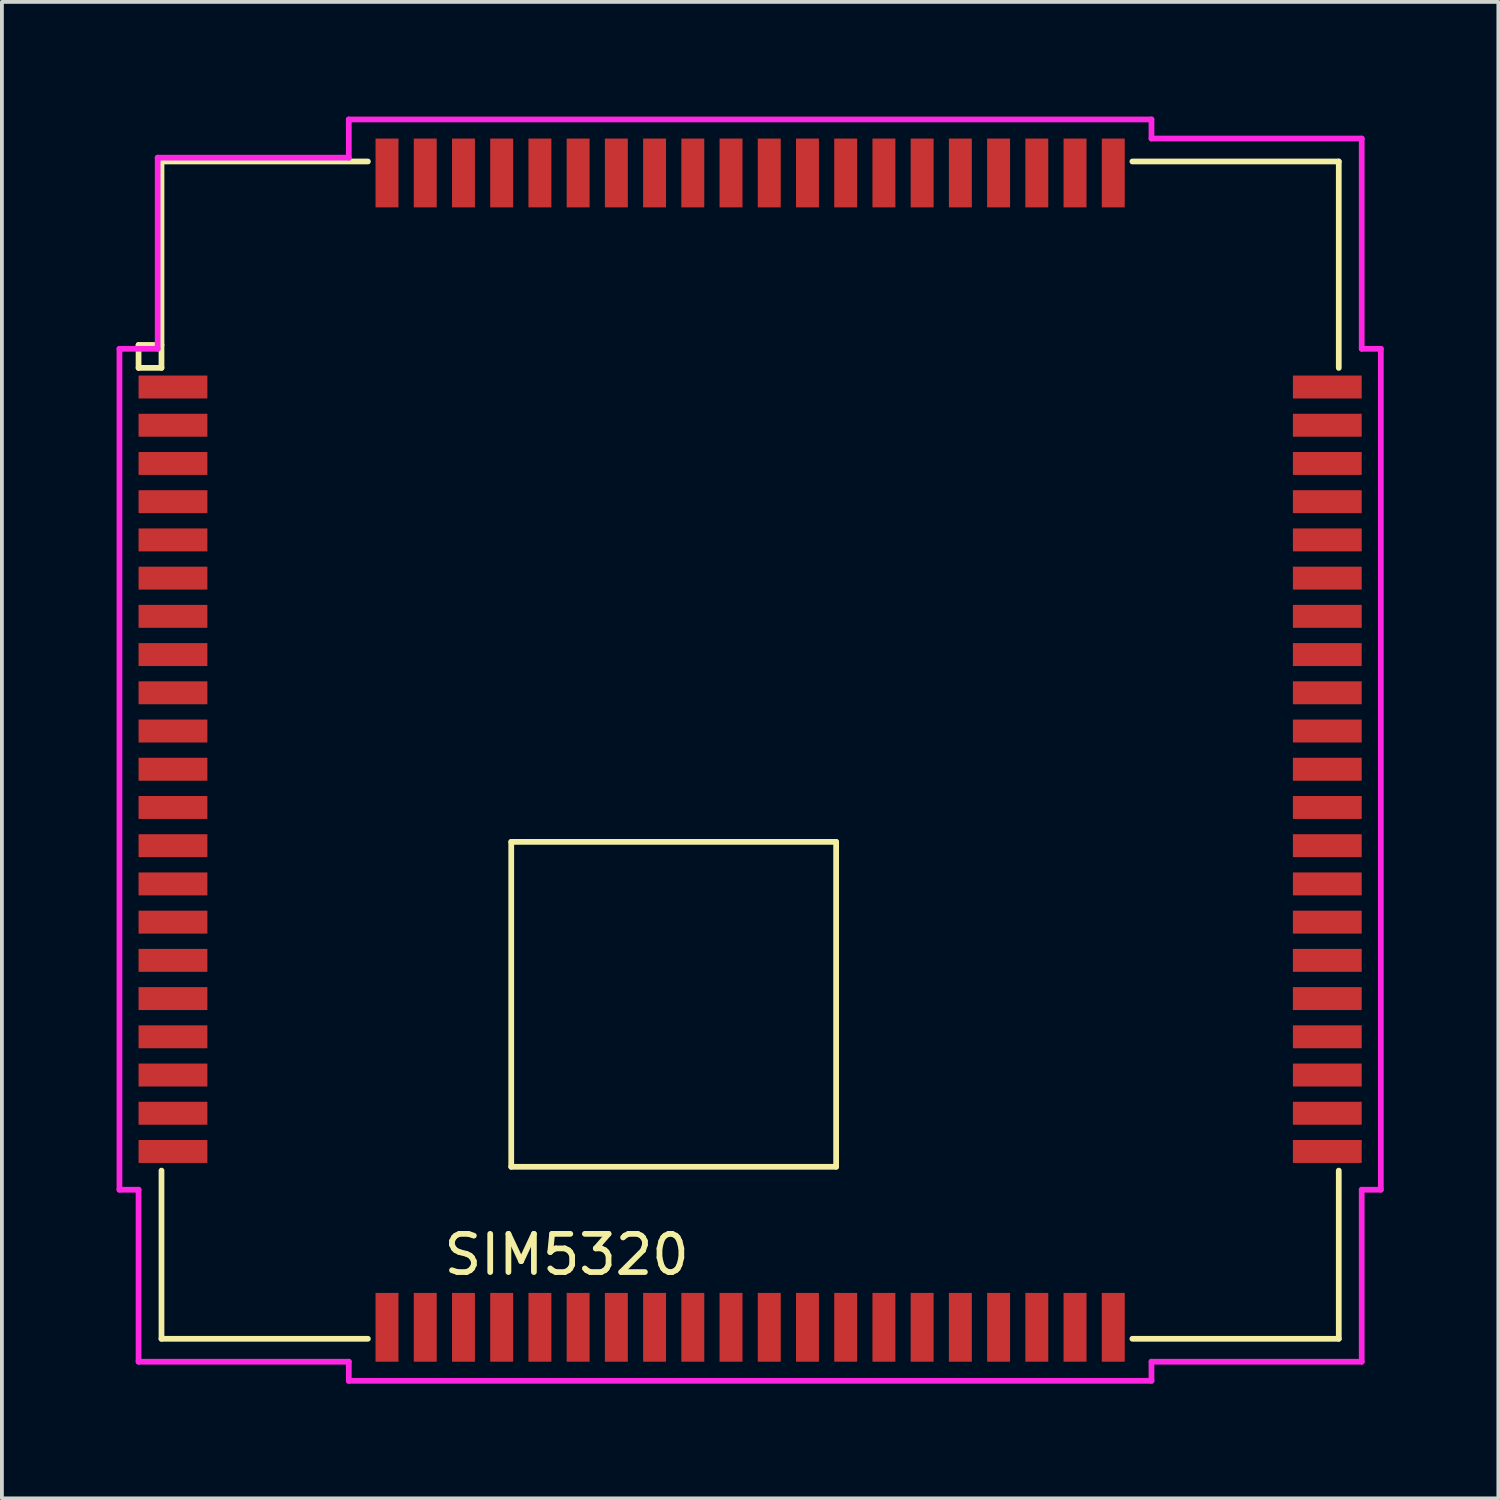
<source format=kicad_pcb>
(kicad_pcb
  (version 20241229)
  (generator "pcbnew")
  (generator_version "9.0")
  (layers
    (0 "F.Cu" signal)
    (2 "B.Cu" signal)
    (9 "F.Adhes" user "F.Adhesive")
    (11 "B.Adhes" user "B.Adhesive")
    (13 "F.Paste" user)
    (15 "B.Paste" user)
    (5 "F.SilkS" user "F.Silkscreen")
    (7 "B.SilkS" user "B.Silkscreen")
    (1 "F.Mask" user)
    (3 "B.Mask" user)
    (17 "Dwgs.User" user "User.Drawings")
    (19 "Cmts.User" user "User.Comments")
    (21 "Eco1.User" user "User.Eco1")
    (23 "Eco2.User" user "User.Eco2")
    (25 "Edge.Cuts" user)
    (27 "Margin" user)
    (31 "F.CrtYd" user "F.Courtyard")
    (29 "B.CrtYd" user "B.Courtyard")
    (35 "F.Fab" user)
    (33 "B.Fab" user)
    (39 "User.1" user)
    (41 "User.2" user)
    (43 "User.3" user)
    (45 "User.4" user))
  (footprint "SIM5320"
    (layer "F.Cu")
    (at 16.575 16.575)
    (property "Reference" "SIM5320" (at -4.8 13.2 0) (layer "F.SilkS") (effects (font (size 1 1) (thickness 0.15))))
    (attr through_hole)
    (fp_line (start -16 -10.6) (end -15.4 -10.6) (stroke (width 0.15) (type solid)) (layer "F.SilkS"))
    (fp_line (start -16 -10) (end -16 -10.6) (stroke (width 0.15) (type solid)) (layer "F.SilkS"))
    (fp_line (start -15.4 -15.4) (end -15.4 -10) (stroke (width 0.15) (type solid)) (layer "F.SilkS"))
    (fp_line (start -15.4 -15.4) (end -10 -15.4) (stroke (width 0.15) (type solid)) (layer "F.SilkS"))
    (fp_line (start -15.4 -10) (end -16 -10) (stroke (width 0.15) (type solid)) (layer "F.SilkS"))
    (fp_line (start -15.4 11) (end -15.4 15.4) (stroke (width 0.15) (type solid)) (layer "F.SilkS"))
    (fp_line (start -15.4 15.4) (end -10 15.4) (stroke (width 0.15) (type solid)) (layer "F.SilkS"))
    (fp_line (start -6.25 2.4) (end -6.25 10.9) (stroke (width 0.15) (type solid)) (layer "F.SilkS"))
    (fp_line (start -6.25 10.9) (end 2.25 10.9) (stroke (width 0.15) (type solid)) (layer "F.SilkS"))
    (fp_line (start 2.25 2.4) (end -6.25 2.4) (stroke (width 0.15) (type solid)) (layer "F.SilkS"))
    (fp_line (start 2.25 10.9) (end 2.25 2.4) (stroke (width 0.15) (type solid)) (layer "F.SilkS"))
    (fp_line (start 10 -15.4) (end 15.4 -15.4) (stroke (width 0.15) (type solid)) (layer "F.SilkS"))
    (fp_line (start 10 15.4) (end 15.4 15.4) (stroke (width 0.15) (type solid)) (layer "F.SilkS"))
    (fp_line (start 15.4 -15.4) (end 15.4 -10) (stroke (width 0.15) (type solid)) (layer "F.SilkS"))
    (fp_line (start 15.4 15.4) (end 15.4 11) (stroke (width 0.15) (type solid)) (layer "F.SilkS"))
    (fp_line (start -16.5 -10.5) (end -16.5 11.5) (stroke (width 0.15) (type solid)) (layer "F.CrtYd"))
    (fp_line (start -16.5 11.5) (end -16 11.5) (stroke (width 0.15) (type solid)) (layer "F.CrtYd"))
    (fp_line (start -16 11.5) (end -16 16) (stroke (width 0.15) (type solid)) (layer "F.CrtYd"))
    (fp_line (start -16 16) (end -10.5 16) (stroke (width 0.15) (type solid)) (layer "F.CrtYd"))
    (fp_line (start -15.5 -15.5) (end -15.5 -10.5) (stroke (width 0.15) (type solid)) (layer "F.CrtYd"))
    (fp_line (start -15.5 -10.5) (end -16.5 -10.5) (stroke (width 0.15) (type solid)) (layer "F.CrtYd"))
    (fp_line (start -10.5 -16.5) (end -10.5 -15.5) (stroke (width 0.15) (type solid)) (layer "F.CrtYd"))
    (fp_line (start -10.5 -15.5) (end -15.5 -15.5) (stroke (width 0.15) (type solid)) (layer "F.CrtYd"))
    (fp_line (start -10.5 16) (end -10.5 16.5) (stroke (width 0.15) (type solid)) (layer "F.CrtYd"))
    (fp_line (start -10.5 16.5) (end 10.5 16.5) (stroke (width 0.15) (type solid)) (layer "F.CrtYd"))
    (fp_line (start 10.5 -16.5) (end -10.5 -16.5) (stroke (width 0.15) (type solid)) (layer "F.CrtYd"))
    (fp_line (start 10.5 -16) (end 10.5 -16.5) (stroke (width 0.15) (type solid)) (layer "F.CrtYd"))
    (fp_line (start 10.5 16) (end 16 16) (stroke (width 0.15) (type solid)) (layer "F.CrtYd"))
    (fp_line (start 10.5 16.5) (end 10.5 16) (stroke (width 0.15) (type solid)) (layer "F.CrtYd"))
    (fp_line (start 16 -16) (end 10.5 -16) (stroke (width 0.15) (type solid)) (layer "F.CrtYd"))
    (fp_line (start 16 -10.5) (end 16 -16) (stroke (width 0.15) (type solid)) (layer "F.CrtYd"))
    (fp_line (start 16 11.5) (end 16.5 11.5) (stroke (width 0.15) (type solid)) (layer "F.CrtYd"))
    (fp_line (start 16 16) (end 16 11.5) (stroke (width 0.15) (type solid)) (layer "F.CrtYd"))
    (fp_line (start 16.5 -10.5) (end 16 -10.5) (stroke (width 0.15) (type solid)) (layer "F.CrtYd"))
    (fp_line (start 16.5 11.5) (end 16.5 -10.5) (stroke (width 0.15) (type solid)) (layer "F.CrtYd"))
    (pad "1" smd rect (at -15.1 -9.5) (size 1.8 0.6) (layers "F.Cu" "F.Mask" "F.Paste"))
    (pad "2" smd rect (at -15.1 -8.5) (size 1.8 0.6) (layers "F.Cu" "F.Mask" "F.Paste"))
    (pad "3" smd rect (at -15.1 -7.5) (size 1.8 0.6) (layers "F.Cu" "F.Mask" "F.Paste"))
    (pad "4" smd rect (at -15.1 -6.5) (size 1.8 0.6) (layers "F.Cu" "F.Mask" "F.Paste"))
    (pad "5" smd rect (at -15.1 -5.5) (size 1.8 0.6) (layers "F.Cu" "F.Mask" "F.Paste"))
    (pad "6" smd rect (at -15.1 -4.5) (size 1.8 0.6) (layers "F.Cu" "F.Mask" "F.Paste"))
    (pad "7" smd rect (at -15.1 -3.5) (size 1.8 0.6) (layers "F.Cu" "F.Mask" "F.Paste"))
    (pad "8" smd rect (at -15.1 -2.5) (size 1.8 0.6) (layers "F.Cu" "F.Mask" "F.Paste"))
    (pad "9" smd rect (at -15.1 -1.5) (size 1.8 0.6) (layers "F.Cu" "F.Mask" "F.Paste"))
    (pad "10" smd rect (at -15.1 -0.5) (size 1.8 0.6) (layers "F.Cu" "F.Mask" "F.Paste"))
    (pad "11" smd rect (at -15.1 0.5) (size 1.8 0.6) (layers "F.Cu" "F.Mask" "F.Paste"))
    (pad "12" smd rect (at -15.1 1.5) (size 1.8 0.6) (layers "F.Cu" "F.Mask" "F.Paste"))
    (pad "13" smd rect (at -15.1 2.5) (size 1.8 0.6) (layers "F.Cu" "F.Mask" "F.Paste"))
    (pad "14" smd rect (at -15.1 3.5) (size 1.8 0.6) (layers "F.Cu" "F.Mask" "F.Paste"))
    (pad "15" smd rect (at -15.1 4.5) (size 1.8 0.6) (layers "F.Cu" "F.Mask" "F.Paste"))
    (pad "16" smd rect (at -15.1 5.5) (size 1.8 0.6) (layers "F.Cu" "F.Mask" "F.Paste"))
    (pad "17" smd rect (at -15.1 6.5) (size 1.8 0.6) (layers "F.Cu" "F.Mask" "F.Paste"))
    (pad "18" smd rect (at -15.1 7.5) (size 1.8 0.6) (layers "F.Cu" "F.Mask" "F.Paste"))
    (pad "19" smd rect (at -15.1 8.5) (size 1.8 0.6) (layers "F.Cu" "F.Mask" "F.Paste"))
    (pad "20" smd rect (at -15.1 9.5) (size 1.8 0.6) (layers "F.Cu" "F.Mask" "F.Paste"))
    (pad "21" smd rect (at -9.5 15.1 90) (size 1.8 0.6) (layers "F.Cu" "F.Mask" "F.Paste"))
    (pad "22" smd rect (at -8.5 15.1 90) (size 1.8 0.6) (layers "F.Cu" "F.Mask" "F.Paste"))
    (pad "23" smd rect (at -7.5 15.1 90) (size 1.8 0.6) (layers "F.Cu" "F.Mask" "F.Paste"))
    (pad "24" smd rect (at -6.5 15.1 90) (size 1.8 0.6) (layers "F.Cu" "F.Mask" "F.Paste"))
    (pad "25" smd rect (at -5.5 15.1 90) (size 1.8 0.6) (layers "F.Cu" "F.Mask" "F.Paste"))
    (pad "26" smd rect (at -4.5 15.1 90) (size 1.8 0.6) (layers "F.Cu" "F.Mask" "F.Paste"))
    (pad "27" smd rect (at -3.5 15.1 90) (size 1.8 0.6) (layers "F.Cu" "F.Mask" "F.Paste"))
    (pad "28" smd rect (at -2.5 15.1 90) (size 1.8 0.6) (layers "F.Cu" "F.Mask" "F.Paste"))
    (pad "29" smd rect (at -1.5 15.1 90) (size 1.8 0.6) (layers "F.Cu" "F.Mask" "F.Paste"))
    (pad "30" smd rect (at -0.5 15.1 90) (size 1.8 0.6) (layers "F.Cu" "F.Mask" "F.Paste"))
    (pad "31" smd rect (at 0.5 15.1 90) (size 1.8 0.6) (layers "F.Cu" "F.Mask" "F.Paste"))
    (pad "32" smd rect (at 1.5 15.1 90) (size 1.8 0.6) (layers "F.Cu" "F.Mask" "F.Paste"))
    (pad "33" smd rect (at 2.5 15.1 90) (size 1.8 0.6) (layers "F.Cu" "F.Mask" "F.Paste"))
    (pad "34" smd rect (at 3.5 15.1 90) (size 1.8 0.6) (layers "F.Cu" "F.Mask" "F.Paste"))
    (pad "35" smd rect (at 4.5 15.1 90) (size 1.8 0.6) (layers "F.Cu" "F.Mask" "F.Paste"))
    (pad "36" smd rect (at 5.5 15.1 90) (size 1.8 0.6) (layers "F.Cu" "F.Mask" "F.Paste"))
    (pad "37" smd rect (at 6.5 15.1 90) (size 1.8 0.6) (layers "F.Cu" "F.Mask" "F.Paste"))
    (pad "38" smd rect (at 7.5 15.1 90) (size 1.8 0.6) (layers "F.Cu" "F.Mask" "F.Paste"))
    (pad "39" smd rect (at 8.5 15.1 90) (size 1.8 0.6) (layers "F.Cu" "F.Mask" "F.Paste"))
    (pad "40" smd rect (at 9.5 15.1 90) (size 1.8 0.6) (layers "F.Cu" "F.Mask" "F.Paste"))
    (pad "41" smd rect (at 15.1 9.5 180) (size 1.8 0.6) (layers "F.Cu" "F.Mask" "F.Paste"))
    (pad "42" smd rect (at 15.1 8.5 180) (size 1.8 0.6) (layers "F.Cu" "F.Mask" "F.Paste"))
    (pad "43" smd rect (at 15.1 7.5 180) (size 1.8 0.6) (layers "F.Cu" "F.Mask" "F.Paste"))
    (pad "44" smd rect (at 15.1 6.5 180) (size 1.8 0.6) (layers "F.Cu" "F.Mask" "F.Paste"))
    (pad "45" smd rect (at 15.1 5.5 180) (size 1.8 0.6) (layers "F.Cu" "F.Mask" "F.Paste"))
    (pad "46" smd rect (at 15.1 4.5 180) (size 1.8 0.6) (layers "F.Cu" "F.Mask" "F.Paste"))
    (pad "47" smd rect (at 15.1 3.5 180) (size 1.8 0.6) (layers "F.Cu" "F.Mask" "F.Paste"))
    (pad "48" smd rect (at 15.1 2.5 180) (size 1.8 0.6) (layers "F.Cu" "F.Mask" "F.Paste"))
    (pad "49" smd rect (at 15.1 1.5 180) (size 1.8 0.6) (layers "F.Cu" "F.Mask" "F.Paste"))
    (pad "50" smd rect (at 15.1 0.5 180) (size 1.8 0.6) (layers "F.Cu" "F.Mask" "F.Paste"))
    (pad "51" smd rect (at 15.1 -0.5 180) (size 1.8 0.6) (layers "F.Cu" "F.Mask" "F.Paste"))
    (pad "52" smd rect (at 15.1 -1.5 180) (size 1.8 0.6) (layers "F.Cu" "F.Mask" "F.Paste"))
    (pad "53" smd rect (at 15.1 -2.5 180) (size 1.8 0.6) (layers "F.Cu" "F.Mask" "F.Paste"))
    (pad "54" smd rect (at 15.1 -3.5 180) (size 1.8 0.6) (layers "F.Cu" "F.Mask" "F.Paste"))
    (pad "55" smd rect (at 15.1 -4.5 180) (size 1.8 0.6) (layers "F.Cu" "F.Mask" "F.Paste"))
    (pad "56" smd rect (at 15.1 -5.5 180) (size 1.8 0.6) (layers "F.Cu" "F.Mask" "F.Paste"))
    (pad "57" smd rect (at 15.1 -6.5 180) (size 1.8 0.6) (layers "F.Cu" "F.Mask" "F.Paste"))
    (pad "58" smd rect (at 15.1 -7.5 180) (size 1.8 0.6) (layers "F.Cu" "F.Mask" "F.Paste"))
    (pad "59" smd rect (at 15.1 -8.5 180) (size 1.8 0.6) (layers "F.Cu" "F.Mask" "F.Paste"))
    (pad "60" smd rect (at 15.1 -9.5 180) (size 1.8 0.6) (layers "F.Cu" "F.Mask" "F.Paste"))
    (pad "61" smd rect (at 9.5 -15.1 270) (size 1.8 0.6) (layers "F.Cu" "F.Mask" "F.Paste"))
    (pad "62" smd rect (at 8.5 -15.1 270) (size 1.8 0.6) (layers "F.Cu" "F.Mask" "F.Paste"))
    (pad "63" smd rect (at 7.5 -15.1 270) (size 1.8 0.6) (layers "F.Cu" "F.Mask" "F.Paste"))
    (pad "64" smd rect (at 6.5 -15.1 270) (size 1.8 0.6) (layers "F.Cu" "F.Mask" "F.Paste"))
    (pad "65" smd rect (at 5.5 -15.1 270) (size 1.8 0.6) (layers "F.Cu" "F.Mask" "F.Paste"))
    (pad "66" smd rect (at 4.5 -15.1 270) (size 1.8 0.6) (layers "F.Cu" "F.Mask" "F.Paste"))
    (pad "67" smd rect (at 3.5 -15.1 270) (size 1.8 0.6) (layers "F.Cu" "F.Mask" "F.Paste"))
    (pad "68" smd rect (at 2.5 -15.1 270) (size 1.8 0.6) (layers "F.Cu" "F.Mask" "F.Paste"))
    (pad "69" smd rect (at 1.5 -15.1 270) (size 1.8 0.6) (layers "F.Cu" "F.Mask" "F.Paste"))
    (pad "70" smd rect (at 0.5 -15.1 270) (size 1.8 0.6) (layers "F.Cu" "F.Mask" "F.Paste"))
    (pad "71" smd rect (at -0.5 -15.1 270) (size 1.8 0.6) (layers "F.Cu" "F.Mask" "F.Paste"))
    (pad "72" smd rect (at -1.5 -15.1 270) (size 1.8 0.6) (layers "F.Cu" "F.Mask" "F.Paste"))
    (pad "73" smd rect (at -2.5 -15.1 270) (size 1.8 0.6) (layers "F.Cu" "F.Mask" "F.Paste"))
    (pad "74" smd rect (at -3.5 -15.1 270) (size 1.8 0.6) (layers "F.Cu" "F.Mask" "F.Paste"))
    (pad "75" smd rect (at -4.5 -15.1 270) (size 1.8 0.6) (layers "F.Cu" "F.Mask" "F.Paste"))
    (pad "76" smd rect (at -5.5 -15.1 270) (size 1.8 0.6) (layers "F.Cu" "F.Mask" "F.Paste"))
    (pad "77" smd rect (at -6.5 -15.1 270) (size 1.8 0.6) (layers "F.Cu" "F.Mask" "F.Paste"))
    (pad "78" smd rect (at -7.5 -15.1 270) (size 1.8 0.6) (layers "F.Cu" "F.Mask" "F.Paste"))
    (pad "79" smd rect (at -8.5 -15.1 270) (size 1.8 0.6) (layers "F.Cu" "F.Mask" "F.Paste"))
    (pad "80" smd rect (at -9.5 -15.1 270) (size 1.8 0.6) (layers "F.Cu" "F.Mask" "F.Paste"))
    (pad "81" smd rect (at -15.1 10.5) (size 1.8 0.6) (layers "F.Cu" "F.Mask" "F.Paste"))
    (pad "82" smd rect (at 15.1 10.5) (size 1.8 0.6) (layers "F.Cu" "F.Mask" "F.Paste")))
  (gr_rect
    (start -3 -3)
    (end 36.15 36.15)
    (stroke (width 0.1) (type default))
    (fill no)
    (layer "Edge.Cuts")))
</source>
